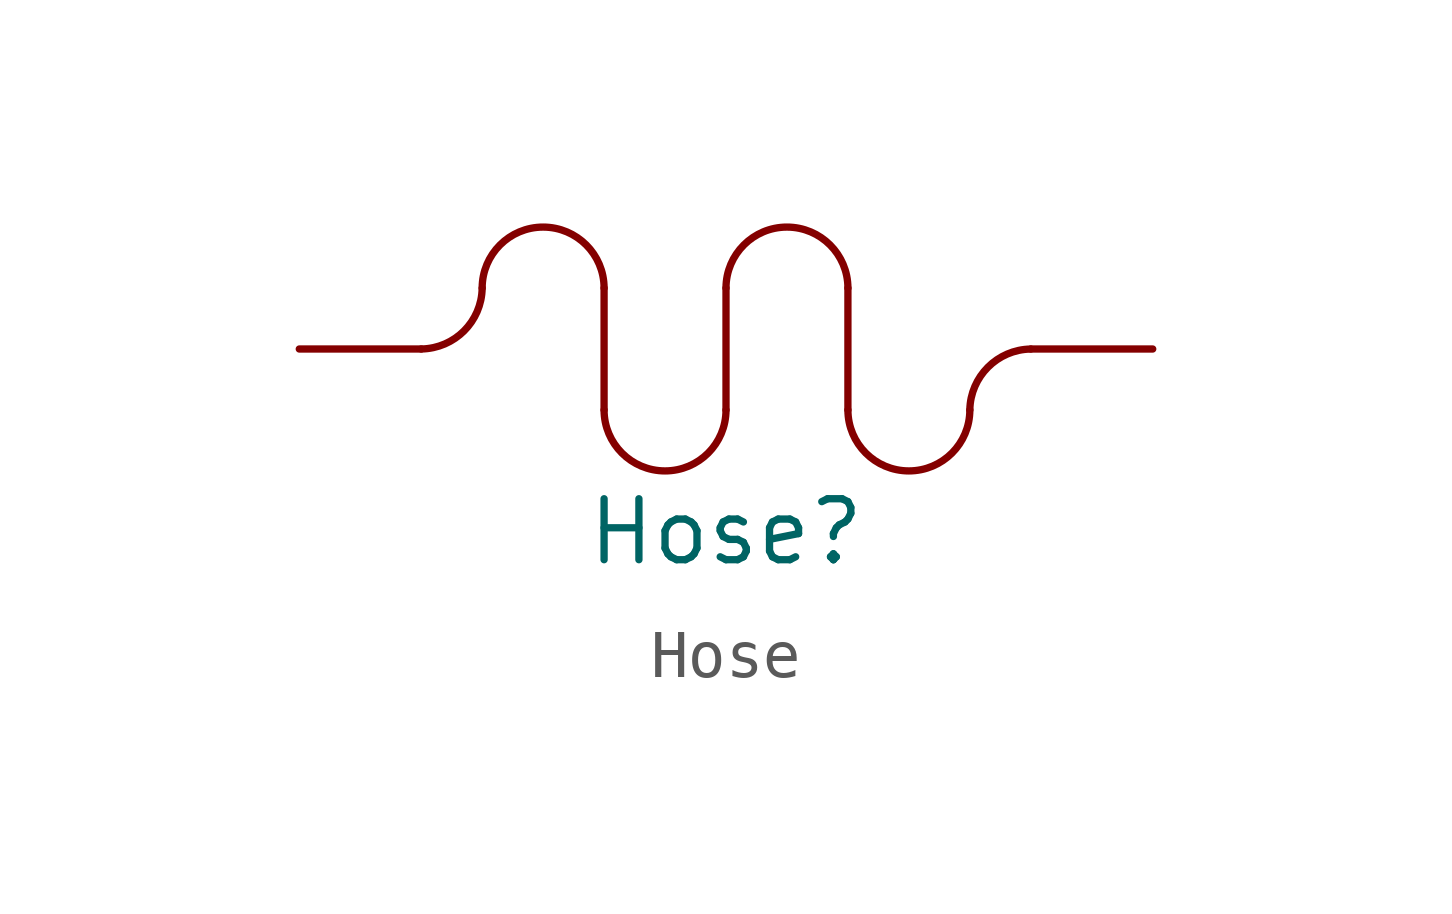
<source format=kicad_sym>
(kicad_symbol_lib
  (version 20211014)
  (generator kicad_symbol_editor)
  (symbol "Hose"
    (pin_numbers hide)
    (pin_names
      (offset 1.016))
    (property "Reference" "Hose"
      (at 0 -3.81 0)
      (effects (font (size 1.27 1.27))))
    (symbol "Hose_0_0"
      (arc (start -6.35 0) (mid -5.4612 0.3734) (end -5.08 1.27) (stroke (width 0) (type default) (color 0 0 0 0)) (fill (type none)))
      (arc (start -2.54 -1.27) (mid -1.27 -2.54) (end 0 -1.27) (stroke (width 0) (type default) (color 0 0 0 0)) (fill (type none)))
      (arc (start -2.54 1.27) (mid -3.81 2.54) (end -5.08 1.27) (stroke (width 0) (type default) (color 0 0 0 0)) (fill (type none)))
      (polyline (pts (xy -2.54 1.27) (xy -2.54 -1.27)) (stroke (width 0) (type default) (color 0 0 0 0)) (fill (type none)))
      (polyline (pts (xy 0 1.27) (xy 0 -1.27)) (stroke (width 0) (type default) (color 0 0 0 0)) (fill (type none)))
      (polyline (pts (xy 2.54 1.27) (xy 2.54 -1.27)) (stroke (width 0) (type default) (color 0 0 0 0)) (fill (type none)))
      (arc (start 2.54 -1.27) (mid 3.81 -2.54) (end 5.08 -1.27) (stroke (width 0) (type default) (color 0 0 0 0)) (fill (type none)))
      (arc (start 2.54 1.27) (mid 1.27 2.54) (end 0 1.27) (stroke (width 0) (type default) (color 0 0 0 0)) (fill (type none)))
      (arc (start 6.35 0) (mid 5.4612 -0.3734) (end 5.08 -1.27) (stroke (width 0) (type default) (color 0 0 0 0)) (fill (type none))))
    (symbol "Hose_1_1"
      (pin bidirectional line (at -8.89 0 0) (length 2.54) (name "~" (effects (font (size 1.27 1.27)))) (number "~" (effects (font (size 1.27 1.27)))))
      (pin bidirectional line (at 8.89 0 180) (length 2.54) (name "~" (effects (font (size 1.27 1.27)))) (number "~" (effects (font (size 1.27 1.27))))))))
</source>
